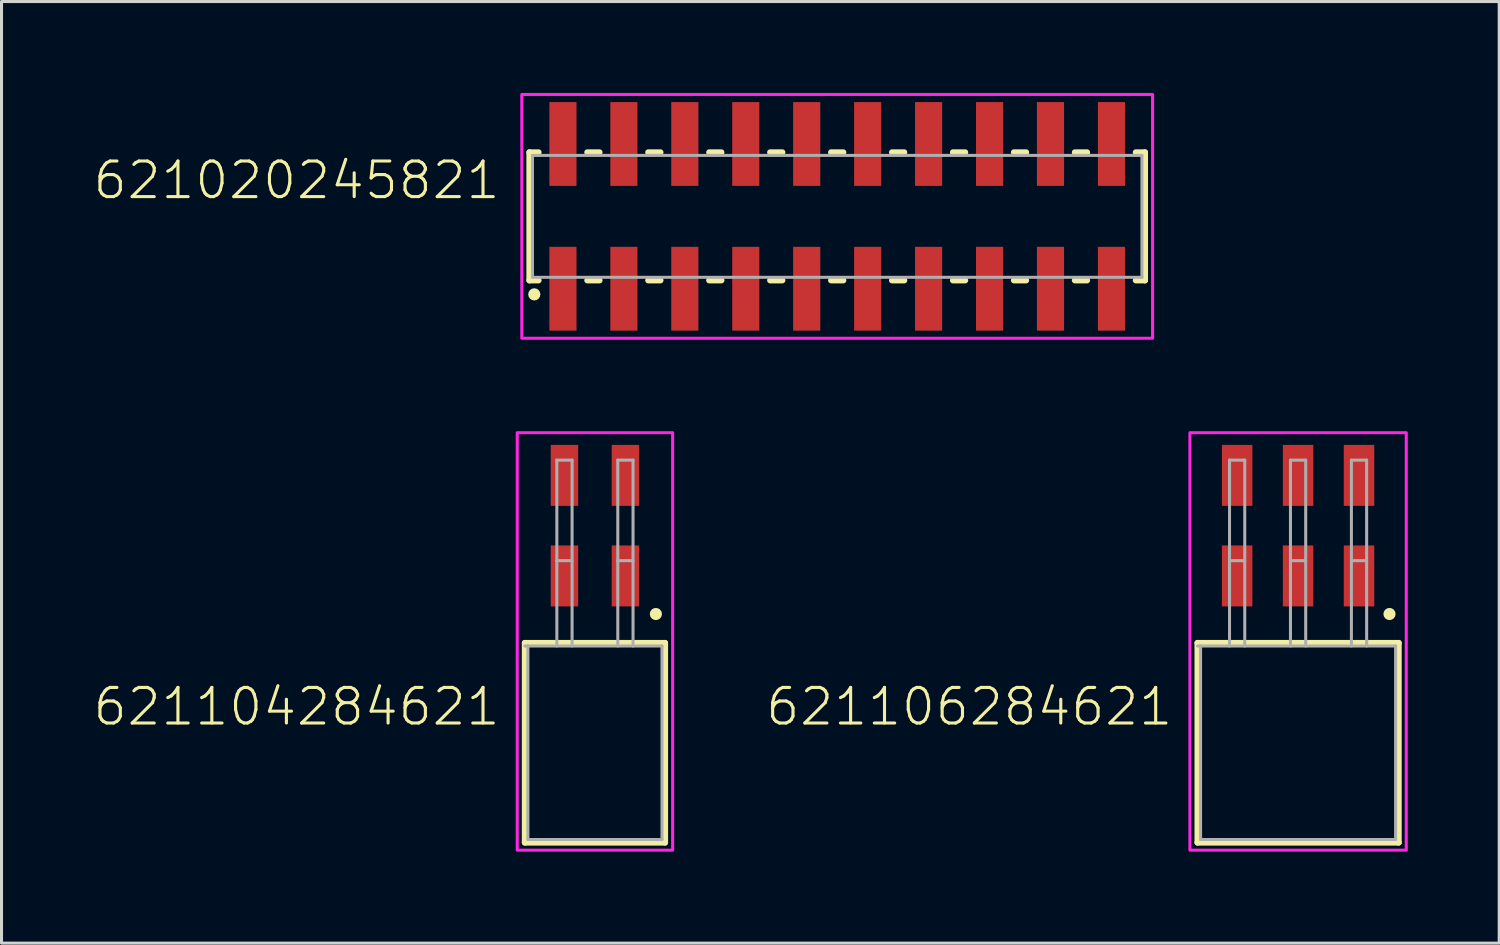
<source format=kicad_pcb>
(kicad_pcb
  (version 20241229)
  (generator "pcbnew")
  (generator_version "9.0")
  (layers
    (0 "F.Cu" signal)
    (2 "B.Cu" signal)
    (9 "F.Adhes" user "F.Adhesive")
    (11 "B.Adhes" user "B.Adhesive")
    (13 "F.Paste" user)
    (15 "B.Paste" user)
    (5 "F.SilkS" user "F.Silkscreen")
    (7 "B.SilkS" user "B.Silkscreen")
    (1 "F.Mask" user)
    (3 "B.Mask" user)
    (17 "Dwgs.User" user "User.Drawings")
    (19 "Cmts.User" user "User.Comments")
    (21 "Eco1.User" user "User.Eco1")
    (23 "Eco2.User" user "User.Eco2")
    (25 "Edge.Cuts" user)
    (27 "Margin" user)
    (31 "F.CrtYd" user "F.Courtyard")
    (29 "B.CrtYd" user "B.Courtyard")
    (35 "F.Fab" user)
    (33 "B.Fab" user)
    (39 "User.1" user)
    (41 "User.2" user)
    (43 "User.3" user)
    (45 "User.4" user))
  (footprint "621020245821"
    (layer "F.Cu")
    (at 24.424 4.05)
    (property "Reference" "621020245821" (at -11 -0.5 0) (unlocked yes) (layer "F.SilkS") (effects (font (size 1.168 1.168) (thickness 0.102)) (justify right bottom)))
    (fp_line (start -10.1 -2.1) (end -10.1 2.1) (stroke (width 0.2) (type solid)) (layer "F.SilkS"))
    (fp_line (start -10.1 2.1) (end -9.8 2.1) (stroke (width 0.2) (type solid)) (layer "F.SilkS"))
    (fp_line (start -9.8 -2.1) (end -10.1 -2.1) (stroke (width 0.2) (type solid)) (layer "F.SilkS"))
    (fp_line (start -8.2 -2.1) (end -7.8 -2.1) (stroke (width 0.2) (type solid)) (layer "F.SilkS"))
    (fp_line (start -7.8 2.1) (end -8.2 2.1) (stroke (width 0.2) (type solid)) (layer "F.SilkS"))
    (fp_line (start -6.2 -2.1) (end -5.8 -2.1) (stroke (width 0.2) (type solid)) (layer "F.SilkS"))
    (fp_line (start -5.8 2.1) (end -6.2 2.1) (stroke (width 0.2) (type solid)) (layer "F.SilkS"))
    (fp_line (start -4.2 -2.1) (end -3.8 -2.1) (stroke (width 0.2) (type solid)) (layer "F.SilkS"))
    (fp_line (start -3.8 2.1) (end -4.2 2.1) (stroke (width 0.2) (type solid)) (layer "F.SilkS"))
    (fp_line (start -2.2 -2.1) (end -1.8 -2.1) (stroke (width 0.2) (type solid)) (layer "F.SilkS"))
    (fp_line (start -1.8 2.1) (end -2.2 2.1) (stroke (width 0.2) (type solid)) (layer "F.SilkS"))
    (fp_line (start -0.2 -2.1) (end 0.2 -2.1) (stroke (width 0.2) (type solid)) (layer "F.SilkS"))
    (fp_line (start 0.2 2.1) (end -0.2 2.1) (stroke (width 0.2) (type solid)) (layer "F.SilkS"))
    (fp_line (start 1.8 -2.1) (end 2.2 -2.1) (stroke (width 0.2) (type solid)) (layer "F.SilkS"))
    (fp_line (start 2.2 2.1) (end 1.8 2.1) (stroke (width 0.2) (type solid)) (layer "F.SilkS"))
    (fp_line (start 3.8 -2.1) (end 4.2 -2.1) (stroke (width 0.2) (type solid)) (layer "F.SilkS"))
    (fp_line (start 4.2 2.1) (end 3.8 2.1) (stroke (width 0.2) (type solid)) (layer "F.SilkS"))
    (fp_line (start 5.8 -2.1) (end 6.2 -2.1) (stroke (width 0.2) (type solid)) (layer "F.SilkS"))
    (fp_line (start 6.2 2.1) (end 5.8 2.1) (stroke (width 0.2) (type solid)) (layer "F.SilkS"))
    (fp_line (start 7.8 -2.1) (end 8.2 -2.1) (stroke (width 0.2) (type solid)) (layer "F.SilkS"))
    (fp_line (start 8.2 2.1) (end 7.8 2.1) (stroke (width 0.2) (type solid)) (layer "F.SilkS"))
    (fp_line (start 9.8 -2.1) (end 10.1 -2.1) (stroke (width 0.2) (type solid)) (layer "F.SilkS"))
    (fp_line (start 10.1 -2.1) (end 10.1 2.1) (stroke (width 0.2) (type solid)) (layer "F.SilkS"))
    (fp_line (start 10.1 2.1) (end 9.8 2.1) (stroke (width 0.2) (type solid)) (layer "F.SilkS"))
    (fp_circle (center -9.94 2.56) (end -9.84 2.56) (stroke (width 0.2) (type solid)) (fill no) (layer "F.SilkS"))
    (fp_poly (pts (xy 10.35 4) (xy -10.35 4) (xy -10.35 -4) (xy 10.35 -4)) (stroke (width 0.1) (type default)) (fill no) (layer "F.CrtYd"))
    (fp_line (start -10 -2) (end 10 -2) (stroke (width 0.1) (type solid)) (layer "F.Fab"))
    (fp_line (start -10 2) (end -10 -2) (stroke (width 0.1) (type solid)) (layer "F.Fab"))
    (fp_line (start 10 -2) (end 10 2) (stroke (width 0.1) (type solid)) (layer "F.Fab"))
    (fp_line (start 10 2) (end -10 2) (stroke (width 0.1) (type solid)) (layer "F.Fab"))
    (pad "1" smd rect (at -9 2.375) (size 0.89 2.75) (layers "F.Cu" "F.Mask" "F.Paste"))
    (pad "2" smd rect (at -9 -2.375) (size 0.89 2.75) (layers "F.Cu" "F.Mask" "F.Paste"))
    (pad "3" smd rect (at -7 2.375) (size 0.89 2.75) (layers "F.Cu" "F.Mask" "F.Paste"))
    (pad "4" smd rect (at -7 -2.375) (size 0.89 2.75) (layers "F.Cu" "F.Mask" "F.Paste"))
    (pad "5" smd rect (at -5 2.375) (size 0.89 2.75) (layers "F.Cu" "F.Mask" "F.Paste"))
    (pad "6" smd rect (at -5 -2.375) (size 0.89 2.75) (layers "F.Cu" "F.Mask" "F.Paste"))
    (pad "7" smd rect (at -3 2.375) (size 0.89 2.75) (layers "F.Cu" "F.Mask" "F.Paste"))
    (pad "8" smd rect (at -3 -2.375) (size 0.89 2.75) (layers "F.Cu" "F.Mask" "F.Paste"))
    (pad "9" smd rect (at -1 2.375) (size 0.89 2.75) (layers "F.Cu" "F.Mask" "F.Paste"))
    (pad "10" smd rect (at -1 -2.375) (size 0.89 2.75) (layers "F.Cu" "F.Mask" "F.Paste"))
    (pad "11" smd rect (at 1 2.375) (size 0.89 2.75) (layers "F.Cu" "F.Mask" "F.Paste"))
    (pad "12" smd rect (at 1 -2.375) (size 0.89 2.75) (layers "F.Cu" "F.Mask" "F.Paste"))
    (pad "13" smd rect (at 3 2.375) (size 0.89 2.75) (layers "F.Cu" "F.Mask" "F.Paste"))
    (pad "14" smd rect (at 3 -2.375) (size 0.89 2.75) (layers "F.Cu" "F.Mask" "F.Paste"))
    (pad "15" smd rect (at 5 2.375) (size 0.89 2.75) (layers "F.Cu" "F.Mask" "F.Paste"))
    (pad "16" smd rect (at 5 -2.375) (size 0.89 2.75) (layers "F.Cu" "F.Mask" "F.Paste"))
    (pad "17" smd rect (at 7 2.375) (size 0.89 2.75) (layers "F.Cu" "F.Mask" "F.Paste"))
    (pad "18" smd rect (at 7 -2.375) (size 0.89 2.75) (layers "F.Cu" "F.Mask" "F.Paste"))
    (pad "19" smd rect (at 9 2.375) (size 0.89 2.75) (layers "F.Cu" "F.Mask" "F.Paste"))
    (pad "20" smd rect (at 9 -2.375) (size 0.89 2.75) (layers "F.Cu" "F.Mask" "F.Paste")))
  (footprint "621104284621"
    (layer "F.Cu")
    (at 16.474 21.325)
    (property "Reference" "621104284621" (at -3.05 -0.5 0) (unlocked yes) (layer "F.SilkS") (effects (font (size 1.168 1.168) (thickness 0.102)) (justify right bottom)))
    (fp_line (start -2.3 -3.275) (end 2.3 -3.275) (stroke (width 0.2) (type solid)) (layer "F.SilkS"))
    (fp_line (start -2.3 3.275) (end -2.3 -3.275) (stroke (width 0.2) (type solid)) (layer "F.SilkS"))
    (fp_line (start 2.3 -3.275) (end 2.3 3.275) (stroke (width 0.2) (type solid)) (layer "F.SilkS"))
    (fp_line (start 2.3 3.275) (end -2.3 3.275) (stroke (width 0.2) (type solid)) (layer "F.SilkS"))
    (fp_circle (center 2 -4.225) (end 2.1 -4.225) (stroke (width 0.2) (type solid)) (fill no) (layer "F.SilkS"))
    (fp_poly (pts (xy 2.55 3.525) (xy -2.55 3.525) (xy -2.55 -10.175) (xy 2.55 -10.175)) (stroke (width 0.1) (type default)) (fill no) (layer "F.CrtYd"))
    (fp_line (start -2.2 -3.175) (end -2.3 -3.175) (stroke (width 0.1) (type solid)) (layer "F.Fab"))
    (fp_line (start -2.2 -3.175) (end 2.2 -3.175) (stroke (width 0.1) (type solid)) (layer "F.Fab"))
    (fp_line (start -2.2 3.175) (end -2.2 -3.175) (stroke (width 0.1) (type solid)) (layer "F.Fab"))
    (fp_line (start -1.25 -9.275) (end -1.25 -5.975) (stroke (width 0.1) (type solid)) (layer "F.Fab"))
    (fp_line (start -1.25 -5.975) (end -1.25 -3.175) (stroke (width 0.1) (type solid)) (layer "F.Fab"))
    (fp_line (start -1.25 -5.975) (end -0.75 -5.975) (stroke (width 0.1) (type solid)) (layer "F.Fab"))
    (fp_line (start -0.75 -9.275) (end -1.25 -9.275) (stroke (width 0.1) (type solid)) (layer "F.Fab"))
    (fp_line (start -0.75 -6.025) (end -0.75 -9.275) (stroke (width 0.1) (type solid)) (layer "F.Fab"))
    (fp_line (start -0.75 -5.975) (end -0.75 -3.175) (stroke (width 0.1) (type solid)) (layer "F.Fab"))
    (fp_line (start 0.75 -9.275) (end 0.75 -5.975) (stroke (width 0.1) (type solid)) (layer "F.Fab"))
    (fp_line (start 0.75 -5.975) (end 0.75 -3.175) (stroke (width 0.1) (type solid)) (layer "F.Fab"))
    (fp_line (start 0.75 -5.975) (end 1.25 -5.975) (stroke (width 0.1) (type solid)) (layer "F.Fab"))
    (fp_line (start 1.25 -9.275) (end 0.75 -9.275) (stroke (width 0.1) (type solid)) (layer "F.Fab"))
    (fp_line (start 1.25 -6.025) (end 1.25 -9.275) (stroke (width 0.1) (type solid)) (layer "F.Fab"))
    (fp_line (start 1.25 -5.975) (end 1.25 -3.175) (stroke (width 0.1) (type solid)) (layer "F.Fab"))
    (fp_line (start 2.2 -3.175) (end 2.2 3.175) (stroke (width 0.1) (type solid)) (layer "F.Fab"))
    (fp_line (start 2.2 3.175) (end -2.2 3.175) (stroke (width 0.1) (type solid)) (layer "F.Fab"))
    (pad "1" smd rect (at 1 -5.475 90) (size 2 0.9) (layers "F.Cu" "F.Mask" "F.Paste"))
    (pad "2" smd rect (at 1 -8.775 90) (size 2 0.9) (layers "F.Cu" "F.Mask" "F.Paste"))
    (pad "3" smd rect (at -1 -5.475 90) (size 2 0.9) (layers "F.Cu" "F.Mask" "F.Paste"))
    (pad "4" smd rect (at -1 -8.775 90) (size 2 0.9) (layers "F.Cu" "F.Mask" "F.Paste")))
  (footprint "621106284621"
    (layer "F.Cu")
    (at 39.549 21.325)
    (property "Reference" "621106284621" (at -4.05 -0.5 0) (unlocked yes) (layer "F.SilkS") (effects (font (size 1.168 1.168) (thickness 0.102)) (justify right bottom)))
    (fp_line (start -3.3 -3.275) (end 3.3 -3.275) (stroke (width 0.2) (type solid)) (layer "F.SilkS"))
    (fp_line (start -3.3 3.275) (end -3.3 -3.275) (stroke (width 0.2) (type solid)) (layer "F.SilkS"))
    (fp_line (start 3.3 -3.275) (end 3.3 3.275) (stroke (width 0.2) (type solid)) (layer "F.SilkS"))
    (fp_line (start 3.3 3.275) (end -3.3 3.275) (stroke (width 0.2) (type solid)) (layer "F.SilkS"))
    (fp_circle (center 3 -4.225) (end 3.1 -4.225) (stroke (width 0.2) (type solid)) (fill no) (layer "F.SilkS"))
    (fp_poly (pts (xy 3.55 3.525) (xy -3.55 3.525) (xy -3.55 -10.175) (xy 3.55 -10.175)) (stroke (width 0.1) (type default)) (fill no) (layer "F.CrtYd"))
    (fp_line (start -3.2 -3.175) (end -3.3 -3.175) (stroke (width 0.1) (type solid)) (layer "F.Fab"))
    (fp_line (start -3.2 -3.175) (end 3.2 -3.175) (stroke (width 0.1) (type solid)) (layer "F.Fab"))
    (fp_line (start -3.2 3.175) (end -3.2 -3.175) (stroke (width 0.1) (type solid)) (layer "F.Fab"))
    (fp_line (start -2.25 -9.275) (end -2.25 -5.975) (stroke (width 0.1) (type solid)) (layer "F.Fab"))
    (fp_line (start -2.25 -5.975) (end -2.25 -3.175) (stroke (width 0.1) (type solid)) (layer "F.Fab"))
    (fp_line (start -2.25 -5.975) (end -1.75 -5.975) (stroke (width 0.1) (type solid)) (layer "F.Fab"))
    (fp_line (start -1.75 -9.275) (end -2.25 -9.275) (stroke (width 0.1) (type solid)) (layer "F.Fab"))
    (fp_line (start -1.75 -6.025) (end -1.75 -9.275) (stroke (width 0.1) (type solid)) (layer "F.Fab"))
    (fp_line (start -1.75 -5.975) (end -1.75 -3.175) (stroke (width 0.1) (type solid)) (layer "F.Fab"))
    (fp_line (start -0.25 -9.275) (end -0.25 -5.975) (stroke (width 0.1) (type solid)) (layer "F.Fab"))
    (fp_line (start -0.25 -5.975) (end -0.25 -3.175) (stroke (width 0.1) (type solid)) (layer "F.Fab"))
    (fp_line (start -0.25 -5.975) (end 0.25 -5.975) (stroke (width 0.1) (type solid)) (layer "F.Fab"))
    (fp_line (start 0.25 -9.275) (end -0.25 -9.275) (stroke (width 0.1) (type solid)) (layer "F.Fab"))
    (fp_line (start 0.25 -6.025) (end 0.25 -9.275) (stroke (width 0.1) (type solid)) (layer "F.Fab"))
    (fp_line (start 0.25 -5.975) (end 0.25 -3.175) (stroke (width 0.1) (type solid)) (layer "F.Fab"))
    (fp_line (start 1.75 -9.275) (end 1.75 -5.975) (stroke (width 0.1) (type solid)) (layer "F.Fab"))
    (fp_line (start 1.75 -5.975) (end 1.75 -3.175) (stroke (width 0.1) (type solid)) (layer "F.Fab"))
    (fp_line (start 1.75 -5.975) (end 2.25 -5.975) (stroke (width 0.1) (type solid)) (layer "F.Fab"))
    (fp_line (start 2.25 -9.275) (end 1.75 -9.275) (stroke (width 0.1) (type solid)) (layer "F.Fab"))
    (fp_line (start 2.25 -6.025) (end 2.25 -9.275) (stroke (width 0.1) (type solid)) (layer "F.Fab"))
    (fp_line (start 2.25 -5.975) (end 2.25 -3.175) (stroke (width 0.1) (type solid)) (layer "F.Fab"))
    (fp_line (start 3.2 -3.175) (end 3.2 3.175) (stroke (width 0.1) (type solid)) (layer "F.Fab"))
    (fp_line (start 3.2 3.175) (end -3.2 3.175) (stroke (width 0.1) (type solid)) (layer "F.Fab"))
    (pad "1" smd rect (at 2 -5.475 90) (size 2 1) (layers "F.Cu" "F.Mask" "F.Paste"))
    (pad "2" smd rect (at 2 -8.775 90) (size 2 1) (layers "F.Cu" "F.Mask" "F.Paste"))
    (pad "3" smd rect (at 0 -5.475 90) (size 2 1) (layers "F.Cu" "F.Mask" "F.Paste"))
    (pad "4" smd rect (at 0 -8.775 90) (size 2 1) (layers "F.Cu" "F.Mask" "F.Paste"))
    (pad "5" smd rect (at -2 -5.475 90) (size 2 1) (layers "F.Cu" "F.Mask" "F.Paste"))
    (pad "6" smd rect (at -2 -8.775 90) (size 2 1) (layers "F.Cu" "F.Mask" "F.Paste")))
  (gr_rect
    (start -3 -3)
    (end 46.149 27.9)
    (stroke (width 0.1) (type default))
    (fill no)
    (layer "Edge.Cuts")))
</source>
